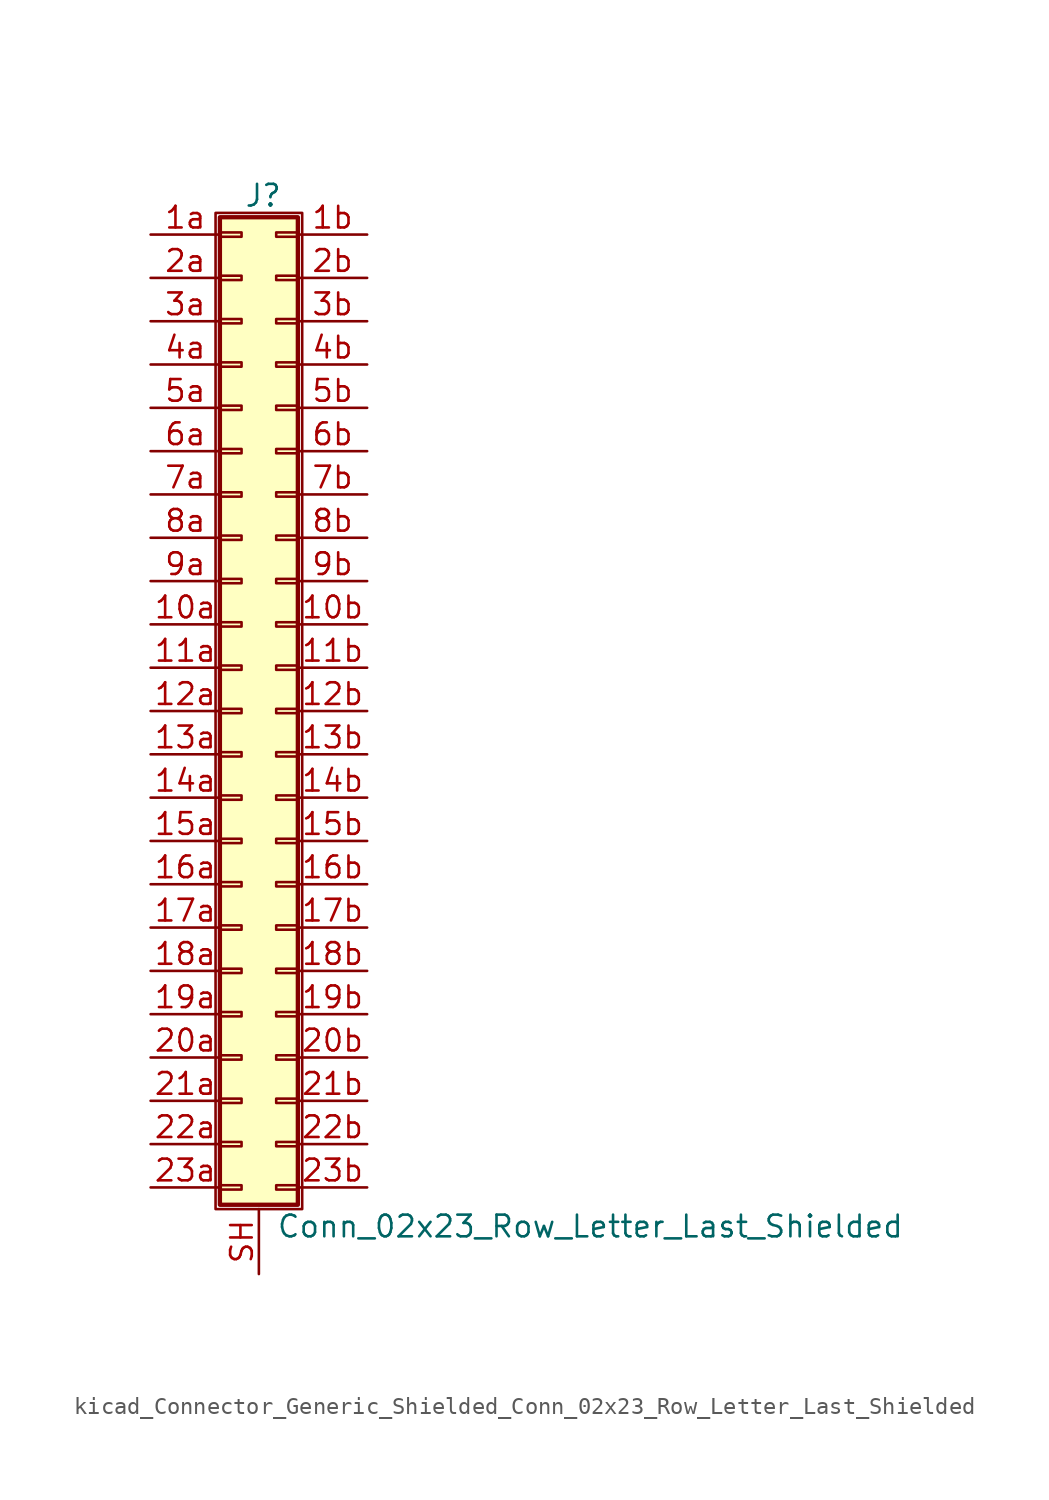
<source format=kicad_sym>
(kicad_symbol_lib
  (version 20220914)
  (generator kicad_symbol_editor)
  (symbol "kicad_Connector_Generic_Shielded_Conn_02x23_Row_Letter_Last_Shielded"
    (pin_names
      (offset 1.016) hide)
    (property "Reference" "J"
      (at 1.524 30.226 0)
      (effects (font (size 1.27 1.27))))
    (property "Value" "Conn_02x23_Row_Letter_Last_Shielded"
      (at 2.286 -30.226 0)
      (effects (font (size 1.27 1.27)) (justify left)))
    (symbol "kicad_Connector_Generic_Shielded_Conn_02x23_Row_Letter_Last_Shielded_1_1"
      (rectangle (start -1.27 29.21) (end 3.81 -29.21) (stroke (width 0.152) (type default)) (fill (type none)))
      (rectangle (start -1.016 -27.813) (end 0.254 -28.067) (stroke (width 0.152) (type default)) (fill (type none)))
      (rectangle (start -1.016 -25.273) (end 0.254 -25.527) (stroke (width 0.152) (type default)) (fill (type none)))
      (rectangle (start -1.016 -22.733) (end 0.254 -22.987) (stroke (width 0.152) (type default)) (fill (type none)))
      (rectangle (start -1.016 -20.193) (end 0.254 -20.447) (stroke (width 0.152) (type default)) (fill (type none)))
      (rectangle (start -1.016 -17.653) (end 0.254 -17.907) (stroke (width 0.152) (type default)) (fill (type none)))
      (rectangle (start -1.016 -15.113) (end 0.254 -15.367) (stroke (width 0.152) (type default)) (fill (type none)))
      (rectangle (start -1.016 -12.573) (end 0.254 -12.827) (stroke (width 0.152) (type default)) (fill (type none)))
      (rectangle (start -1.016 -10.033) (end 0.254 -10.287) (stroke (width 0.152) (type default)) (fill (type none)))
      (rectangle (start -1.016 -7.493) (end 0.254 -7.747) (stroke (width 0.152) (type default)) (fill (type none)))
      (rectangle (start -1.016 -4.953) (end 0.254 -5.207) (stroke (width 0.152) (type default)) (fill (type none)))
      (rectangle (start -1.016 -2.413) (end 0.254 -2.667) (stroke (width 0.152) (type default)) (fill (type none)))
      (rectangle (start -1.016 0.127) (end 0.254 -0.127) (stroke (width 0.152) (type default)) (fill (type none)))
      (rectangle (start -1.016 2.667) (end 0.254 2.413) (stroke (width 0.152) (type default)) (fill (type none)))
      (rectangle (start -1.016 5.207) (end 0.254 4.953) (stroke (width 0.152) (type default)) (fill (type none)))
      (rectangle (start -1.016 7.747) (end 0.254 7.493) (stroke (width 0.152) (type default)) (fill (type none)))
      (rectangle (start -1.016 10.287) (end 0.254 10.033) (stroke (width 0.152) (type default)) (fill (type none)))
      (rectangle (start -1.016 12.827) (end 0.254 12.573) (stroke (width 0.152) (type default)) (fill (type none)))
      (rectangle (start -1.016 15.367) (end 0.254 15.113) (stroke (width 0.152) (type default)) (fill (type none)))
      (rectangle (start -1.016 17.907) (end 0.254 17.653) (stroke (width 0.152) (type default)) (fill (type none)))
      (rectangle (start -1.016 20.447) (end 0.254 20.193) (stroke (width 0.152) (type default)) (fill (type none)))
      (rectangle (start -1.016 22.987) (end 0.254 22.733) (stroke (width 0.152) (type default)) (fill (type none)))
      (rectangle (start -1.016 25.527) (end 0.254 25.273) (stroke (width 0.152) (type default)) (fill (type none)))
      (rectangle (start -1.016 28.067) (end 0.254 27.813) (stroke (width 0.152) (type default)) (fill (type none)))
      (rectangle (start -1.016 28.956) (end 3.556 -28.956) (stroke (width 0.254) (type default)) (fill (type background)))
      (rectangle (start 3.556 -27.813) (end 2.286 -28.067) (stroke (width 0.152) (type default)) (fill (type none)))
      (rectangle (start 3.556 -25.273) (end 2.286 -25.527) (stroke (width 0.152) (type default)) (fill (type none)))
      (rectangle (start 3.556 -22.733) (end 2.286 -22.987) (stroke (width 0.152) (type default)) (fill (type none)))
      (rectangle (start 3.556 -20.193) (end 2.286 -20.447) (stroke (width 0.152) (type default)) (fill (type none)))
      (rectangle (start 3.556 -17.653) (end 2.286 -17.907) (stroke (width 0.152) (type default)) (fill (type none)))
      (rectangle (start 3.556 -15.113) (end 2.286 -15.367) (stroke (width 0.152) (type default)) (fill (type none)))
      (rectangle (start 3.556 -12.573) (end 2.286 -12.827) (stroke (width 0.152) (type default)) (fill (type none)))
      (rectangle (start 3.556 -10.033) (end 2.286 -10.287) (stroke (width 0.152) (type default)) (fill (type none)))
      (rectangle (start 3.556 -7.493) (end 2.286 -7.747) (stroke (width 0.152) (type default)) (fill (type none)))
      (rectangle (start 3.556 -4.953) (end 2.286 -5.207) (stroke (width 0.152) (type default)) (fill (type none)))
      (rectangle (start 3.556 -2.413) (end 2.286 -2.667) (stroke (width 0.152) (type default)) (fill (type none)))
      (rectangle (start 3.556 0.127) (end 2.286 -0.127) (stroke (width 0.152) (type default)) (fill (type none)))
      (rectangle (start 3.556 2.667) (end 2.286 2.413) (stroke (width 0.152) (type default)) (fill (type none)))
      (rectangle (start 3.556 5.207) (end 2.286 4.953) (stroke (width 0.152) (type default)) (fill (type none)))
      (rectangle (start 3.556 7.747) (end 2.286 7.493) (stroke (width 0.152) (type default)) (fill (type none)))
      (rectangle (start 3.556 10.287) (end 2.286 10.033) (stroke (width 0.152) (type default)) (fill (type none)))
      (rectangle (start 3.556 12.827) (end 2.286 12.573) (stroke (width 0.152) (type default)) (fill (type none)))
      (rectangle (start 3.556 15.367) (end 2.286 15.113) (stroke (width 0.152) (type default)) (fill (type none)))
      (rectangle (start 3.556 17.907) (end 2.286 17.653) (stroke (width 0.152) (type default)) (fill (type none)))
      (rectangle (start 3.556 20.447) (end 2.286 20.193) (stroke (width 0.152) (type default)) (fill (type none)))
      (rectangle (start 3.556 22.987) (end 2.286 22.733) (stroke (width 0.152) (type default)) (fill (type none)))
      (rectangle (start 3.556 25.527) (end 2.286 25.273) (stroke (width 0.152) (type default)) (fill (type none)))
      (rectangle (start 3.556 28.067) (end 2.286 27.813) (stroke (width 0.152) (type default)) (fill (type none)))
      (pin passive line (at -5.08 5.08 0) (length 4.064) (name "Pin_10a" (effects (font (size 1.27 1.27)))) (number "10a" (effects (font (size 1.27 1.27)))))
      (pin passive line (at 7.62 5.08 180) (length 4.064) (name "Pin_10b" (effects (font (size 1.27 1.27)))) (number "10b" (effects (font (size 1.27 1.27)))))
      (pin passive line (at -5.08 2.54 0) (length 4.064) (name "Pin_11a" (effects (font (size 1.27 1.27)))) (number "11a" (effects (font (size 1.27 1.27)))))
      (pin passive line (at 7.62 2.54 180) (length 4.064) (name "Pin_11b" (effects (font (size 1.27 1.27)))) (number "11b" (effects (font (size 1.27 1.27)))))
      (pin passive line (at -5.08 0 0) (length 4.064) (name "Pin_12a" (effects (font (size 1.27 1.27)))) (number "12a" (effects (font (size 1.27 1.27)))))
      (pin passive line (at 7.62 0 180) (length 4.064) (name "Pin_12b" (effects (font (size 1.27 1.27)))) (number "12b" (effects (font (size 1.27 1.27)))))
      (pin passive line (at -5.08 -2.54 0) (length 4.064) (name "Pin_13a" (effects (font (size 1.27 1.27)))) (number "13a" (effects (font (size 1.27 1.27)))))
      (pin passive line (at 7.62 -2.54 180) (length 4.064) (name "Pin_13b" (effects (font (size 1.27 1.27)))) (number "13b" (effects (font (size 1.27 1.27)))))
      (pin passive line (at -5.08 -5.08 0) (length 4.064) (name "Pin_14a" (effects (font (size 1.27 1.27)))) (number "14a" (effects (font (size 1.27 1.27)))))
      (pin passive line (at 7.62 -5.08 180) (length 4.064) (name "Pin_14b" (effects (font (size 1.27 1.27)))) (number "14b" (effects (font (size 1.27 1.27)))))
      (pin passive line (at -5.08 -7.62 0) (length 4.064) (name "Pin_15a" (effects (font (size 1.27 1.27)))) (number "15a" (effects (font (size 1.27 1.27)))))
      (pin passive line (at 7.62 -7.62 180) (length 4.064) (name "Pin_15b" (effects (font (size 1.27 1.27)))) (number "15b" (effects (font (size 1.27 1.27)))))
      (pin passive line (at -5.08 -10.16 0) (length 4.064) (name "Pin_16a" (effects (font (size 1.27 1.27)))) (number "16a" (effects (font (size 1.27 1.27)))))
      (pin passive line (at 7.62 -10.16 180) (length 4.064) (name "Pin_16b" (effects (font (size 1.27 1.27)))) (number "16b" (effects (font (size 1.27 1.27)))))
      (pin passive line (at -5.08 -12.7 0) (length 4.064) (name "Pin_17a" (effects (font (size 1.27 1.27)))) (number "17a" (effects (font (size 1.27 1.27)))))
      (pin passive line (at 7.62 -12.7 180) (length 4.064) (name "Pin_17b" (effects (font (size 1.27 1.27)))) (number "17b" (effects (font (size 1.27 1.27)))))
      (pin passive line (at -5.08 -15.24 0) (length 4.064) (name "Pin_18a" (effects (font (size 1.27 1.27)))) (number "18a" (effects (font (size 1.27 1.27)))))
      (pin passive line (at 7.62 -15.24 180) (length 4.064) (name "Pin_18b" (effects (font (size 1.27 1.27)))) (number "18b" (effects (font (size 1.27 1.27)))))
      (pin passive line (at -5.08 -17.78 0) (length 4.064) (name "Pin_19a" (effects (font (size 1.27 1.27)))) (number "19a" (effects (font (size 1.27 1.27)))))
      (pin passive line (at 7.62 -17.78 180) (length 4.064) (name "Pin_19b" (effects (font (size 1.27 1.27)))) (number "19b" (effects (font (size 1.27 1.27)))))
      (pin passive line (at -5.08 27.94 0) (length 4.064) (name "Pin_1a" (effects (font (size 1.27 1.27)))) (number "1a" (effects (font (size 1.27 1.27)))))
      (pin passive line (at 7.62 27.94 180) (length 4.064) (name "Pin_1b" (effects (font (size 1.27 1.27)))) (number "1b" (effects (font (size 1.27 1.27)))))
      (pin passive line (at -5.08 -20.32 0) (length 4.064) (name "Pin_20a" (effects (font (size 1.27 1.27)))) (number "20a" (effects (font (size 1.27 1.27)))))
      (pin passive line (at 7.62 -20.32 180) (length 4.064) (name "Pin_20b" (effects (font (size 1.27 1.27)))) (number "20b" (effects (font (size 1.27 1.27)))))
      (pin passive line (at -5.08 -22.86 0) (length 4.064) (name "Pin_21a" (effects (font (size 1.27 1.27)))) (number "21a" (effects (font (size 1.27 1.27)))))
      (pin passive line (at 7.62 -22.86 180) (length 4.064) (name "Pin_21b" (effects (font (size 1.27 1.27)))) (number "21b" (effects (font (size 1.27 1.27)))))
      (pin passive line (at -5.08 -25.4 0) (length 4.064) (name "Pin_22a" (effects (font (size 1.27 1.27)))) (number "22a" (effects (font (size 1.27 1.27)))))
      (pin passive line (at 7.62 -25.4 180) (length 4.064) (name "Pin_22b" (effects (font (size 1.27 1.27)))) (number "22b" (effects (font (size 1.27 1.27)))))
      (pin passive line (at -5.08 -27.94 0) (length 4.064) (name "Pin_23a" (effects (font (size 1.27 1.27)))) (number "23a" (effects (font (size 1.27 1.27)))))
      (pin passive line (at 7.62 -27.94 180) (length 4.064) (name "Pin_23b" (effects (font (size 1.27 1.27)))) (number "23b" (effects (font (size 1.27 1.27)))))
      (pin passive line (at -5.08 25.4 0) (length 4.064) (name "Pin_2a" (effects (font (size 1.27 1.27)))) (number "2a" (effects (font (size 1.27 1.27)))))
      (pin passive line (at 7.62 25.4 180) (length 4.064) (name "Pin_2b" (effects (font (size 1.27 1.27)))) (number "2b" (effects (font (size 1.27 1.27)))))
      (pin passive line (at -5.08 22.86 0) (length 4.064) (name "Pin_3a" (effects (font (size 1.27 1.27)))) (number "3a" (effects (font (size 1.27 1.27)))))
      (pin passive line (at 7.62 22.86 180) (length 4.064) (name "Pin_3b" (effects (font (size 1.27 1.27)))) (number "3b" (effects (font (size 1.27 1.27)))))
      (pin passive line (at -5.08 20.32 0) (length 4.064) (name "Pin_4a" (effects (font (size 1.27 1.27)))) (number "4a" (effects (font (size 1.27 1.27)))))
      (pin passive line (at 7.62 20.32 180) (length 4.064) (name "Pin_4b" (effects (font (size 1.27 1.27)))) (number "4b" (effects (font (size 1.27 1.27)))))
      (pin passive line (at -5.08 17.78 0) (length 4.064) (name "Pin_5a" (effects (font (size 1.27 1.27)))) (number "5a" (effects (font (size 1.27 1.27)))))
      (pin passive line (at 7.62 17.78 180) (length 4.064) (name "Pin_5b" (effects (font (size 1.27 1.27)))) (number "5b" (effects (font (size 1.27 1.27)))))
      (pin passive line (at -5.08 15.24 0) (length 4.064) (name "Pin_6a" (effects (font (size 1.27 1.27)))) (number "6a" (effects (font (size 1.27 1.27)))))
      (pin passive line (at 7.62 15.24 180) (length 4.064) (name "Pin_6b" (effects (font (size 1.27 1.27)))) (number "6b" (effects (font (size 1.27 1.27)))))
      (pin passive line (at -5.08 12.7 0) (length 4.064) (name "Pin_7a" (effects (font (size 1.27 1.27)))) (number "7a" (effects (font (size 1.27 1.27)))))
      (pin passive line (at 7.62 12.7 180) (length 4.064) (name "Pin_7b" (effects (font (size 1.27 1.27)))) (number "7b" (effects (font (size 1.27 1.27)))))
      (pin passive line (at -5.08 10.16 0) (length 4.064) (name "Pin_8a" (effects (font (size 1.27 1.27)))) (number "8a" (effects (font (size 1.27 1.27)))))
      (pin passive line (at 7.62 10.16 180) (length 4.064) (name "Pin_8b" (effects (font (size 1.27 1.27)))) (number "8b" (effects (font (size 1.27 1.27)))))
      (pin passive line (at -5.08 7.62 0) (length 4.064) (name "Pin_9a" (effects (font (size 1.27 1.27)))) (number "9a" (effects (font (size 1.27 1.27)))))
      (pin passive line (at 7.62 7.62 180) (length 4.064) (name "Pin_9b" (effects (font (size 1.27 1.27)))) (number "9b" (effects (font (size 1.27 1.27)))))
      (pin passive line (at 1.27 -33.02 90) (length 3.81) (name "Shield" (effects (font (size 1.27 1.27)))) (number "SH" (effects (font (size 1.27 1.27))))))))
</source>
